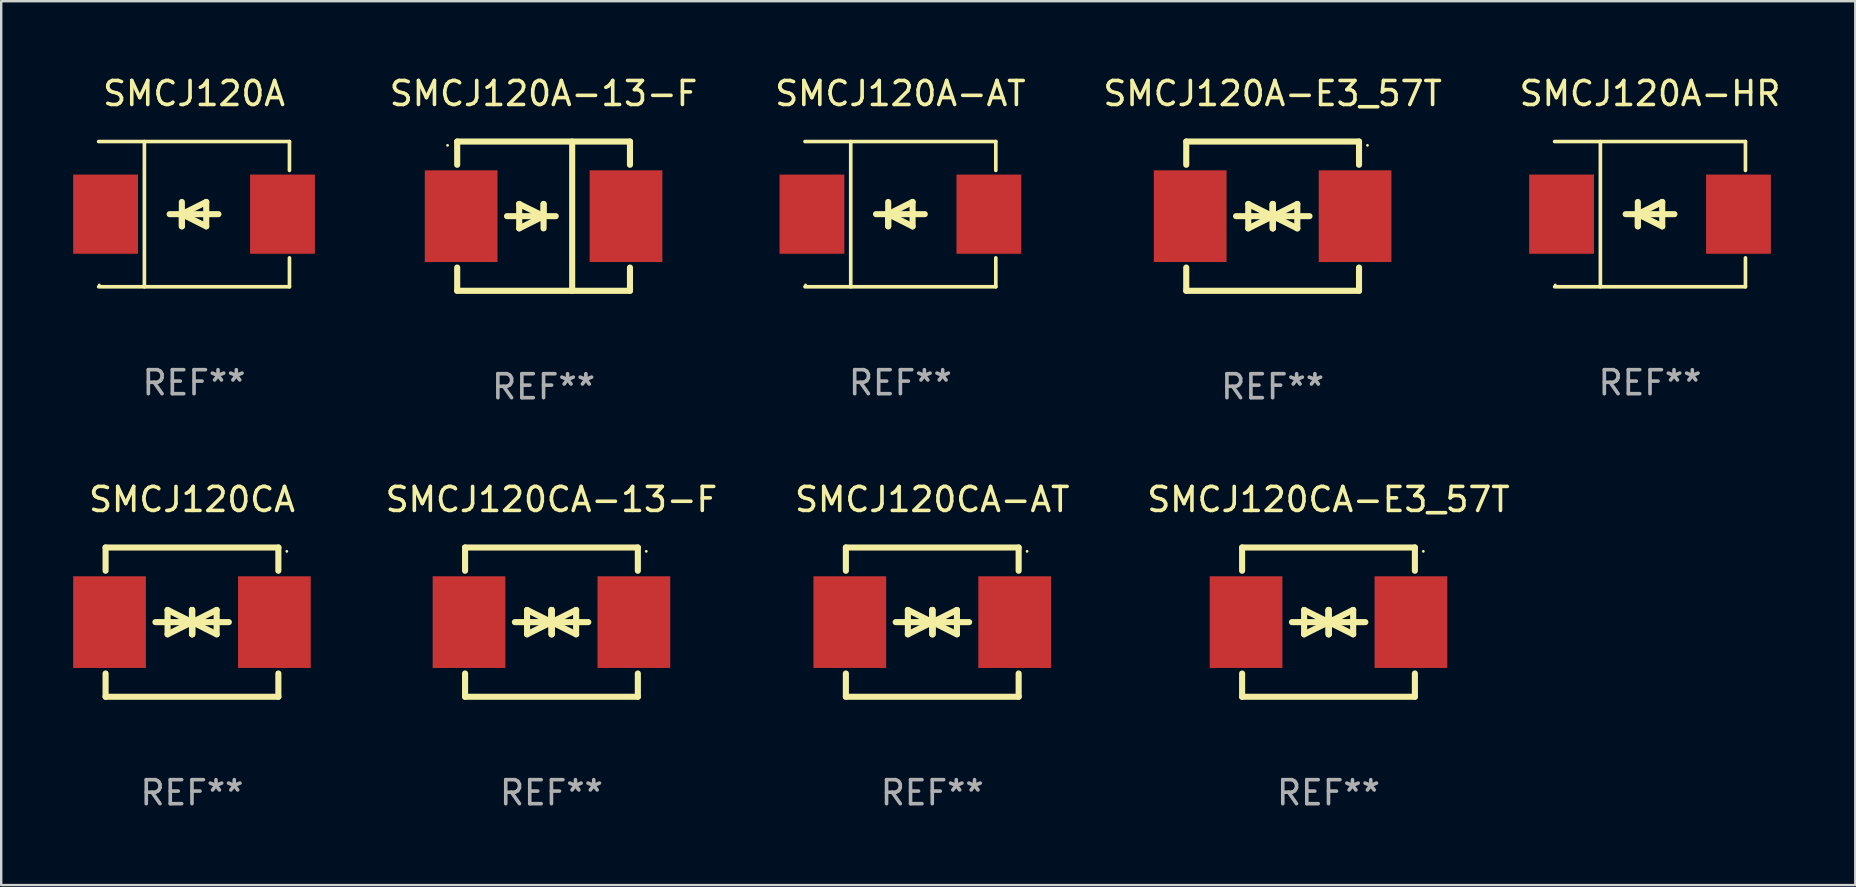
<source format=kicad_pcb>
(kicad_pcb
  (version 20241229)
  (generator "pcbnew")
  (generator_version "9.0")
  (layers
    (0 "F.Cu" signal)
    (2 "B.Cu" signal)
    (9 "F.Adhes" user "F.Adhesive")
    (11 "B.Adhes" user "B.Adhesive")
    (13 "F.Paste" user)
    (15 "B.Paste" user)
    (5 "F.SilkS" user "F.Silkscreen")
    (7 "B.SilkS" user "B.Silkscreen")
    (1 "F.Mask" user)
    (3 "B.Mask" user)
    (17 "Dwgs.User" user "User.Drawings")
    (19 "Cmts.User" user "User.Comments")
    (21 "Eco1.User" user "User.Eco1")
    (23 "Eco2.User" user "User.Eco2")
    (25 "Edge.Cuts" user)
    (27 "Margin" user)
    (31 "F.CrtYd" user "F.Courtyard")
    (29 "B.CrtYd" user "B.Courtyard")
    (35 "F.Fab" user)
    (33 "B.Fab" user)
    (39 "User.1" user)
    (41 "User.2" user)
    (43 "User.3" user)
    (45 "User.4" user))
  (footprint "SMCJ120A-E3_57T"
    (layer "F.Cu")
    (at 49.983 5.958)
    (property "Reference" "SMCJ120A-E3_57T" (at 0 -5.11 0) (layer "F.SilkS") (effects (font (size 1 1) (thickness 0.15))))
    (attr through_hole)
    (fp_line (start -3.6 -2.141) (end -3.6 -3.11) (stroke (width 0.254) (type solid)) (layer "F.SilkS"))
    (fp_line (start -3.6 3.11) (end -3.6 2.141) (stroke (width 0.254) (type solid)) (layer "F.SilkS"))
    (fp_line (start -1.524 0) (end 0.508 0) (stroke (width 0.254) (type solid)) (layer "F.SilkS"))
    (fp_line (start -1.016 -0.508) (end -1.016 0.508) (stroke (width 0.254) (type solid)) (layer "F.SilkS"))
    (fp_line (start -1.016 0.508) (end 0 0) (stroke (width 0.254) (type solid)) (layer "F.SilkS"))
    (fp_line (start 0 -0.508) (end 0 0.508) (stroke (width 0.254) (type solid)) (layer "F.SilkS"))
    (fp_line (start 0 0) (end -1.016 -0.508) (stroke (width 0.254) (type solid)) (layer "F.SilkS"))
    (fp_line (start 0 0) (end 0 -0.508) (stroke (width 0.254) (type solid)) (layer "F.SilkS"))
    (fp_line (start 0.012 0) (end 0.012 0.508) (stroke (width 0.254) (type solid)) (layer "F.SilkS"))
    (fp_line (start 0.012 0) (end 1.028 0.508) (stroke (width 0.254) (type solid)) (layer "F.SilkS"))
    (fp_line (start 0.012 0.508) (end 0.012 -0.508) (stroke (width 0.254) (type solid)) (layer "F.SilkS"))
    (fp_line (start 1.028 -0.508) (end 0.012 0) (stroke (width 0.254) (type solid)) (layer "F.SilkS"))
    (fp_line (start 1.028 0.508) (end 1.028 -0.508) (stroke (width 0.254) (type solid)) (layer "F.SilkS"))
    (fp_line (start 1.536 0) (end -0.496 0) (stroke (width 0.254) (type solid)) (layer "F.SilkS"))
    (fp_line (start 3.6 -3.11) (end -3.6 -3.11) (stroke (width 0.254) (type solid)) (layer "F.SilkS"))
    (fp_line (start 3.6 -2.141) (end 3.6 -3.11) (stroke (width 0.254) (type solid)) (layer "F.SilkS"))
    (fp_line (start 3.6 3.11) (end -3.6 3.11) (stroke (width 0.254) (type solid)) (layer "F.SilkS"))
    (fp_line (start 3.6 3.11) (end 3.6 2.141) (stroke (width 0.254) (type solid)) (layer "F.SilkS"))
    (fp_circle (center 3.952 -2.95) (end 3.982 -2.95) (stroke (width 0.06) (type solid)) (fill no) (layer "F.SilkS"))
    (fp_text user "REF**" (at 0 7.11 0) (layer "F.Fab") (effects (font (size 1 1) (thickness 0.15))))
    (pad "1" smd rect (at 3.435 0) (size 3.03 3.82) (layers "F.Cu" "F.Mask" "F.Paste"))
    (pad "2" smd rect (at -3.435 0) (size 3.03 3.82) (layers "F.Cu" "F.Mask" "F.Paste")))
  (footprint "SMCJ120CA-13-F"
    (layer "F.Cu")
    (at 19.93 22.875)
    (property "Reference" "SMCJ120CA-13-F" (at 0 -5.11 0) (layer "F.SilkS") (effects (font (size 1 1) (thickness 0.15))))
    (attr through_hole)
    (fp_line (start -3.6 -2.141) (end -3.6 -3.11) (stroke (width 0.254) (type solid)) (layer "F.SilkS"))
    (fp_line (start -3.6 3.11) (end -3.6 2.141) (stroke (width 0.254) (type solid)) (layer "F.SilkS"))
    (fp_line (start -1.524 0) (end 0.508 0) (stroke (width 0.254) (type solid)) (layer "F.SilkS"))
    (fp_line (start -1.016 -0.508) (end -1.016 0.508) (stroke (width 0.254) (type solid)) (layer "F.SilkS"))
    (fp_line (start -1.016 0.508) (end 0 0) (stroke (width 0.254) (type solid)) (layer "F.SilkS"))
    (fp_line (start 0 -0.508) (end 0 0.508) (stroke (width 0.254) (type solid)) (layer "F.SilkS"))
    (fp_line (start 0 0) (end -1.016 -0.508) (stroke (width 0.254) (type solid)) (layer "F.SilkS"))
    (fp_line (start 0 0) (end 0 -0.508) (stroke (width 0.254) (type solid)) (layer "F.SilkS"))
    (fp_line (start 0.012 0) (end 0.012 0.508) (stroke (width 0.254) (type solid)) (layer "F.SilkS"))
    (fp_line (start 0.012 0) (end 1.028 0.508) (stroke (width 0.254) (type solid)) (layer "F.SilkS"))
    (fp_line (start 0.012 0.508) (end 0.012 -0.508) (stroke (width 0.254) (type solid)) (layer "F.SilkS"))
    (fp_line (start 1.028 -0.508) (end 0.012 0) (stroke (width 0.254) (type solid)) (layer "F.SilkS"))
    (fp_line (start 1.028 0.508) (end 1.028 -0.508) (stroke (width 0.254) (type solid)) (layer "F.SilkS"))
    (fp_line (start 1.536 0) (end -0.496 0) (stroke (width 0.254) (type solid)) (layer "F.SilkS"))
    (fp_line (start 3.6 -3.11) (end -3.6 -3.11) (stroke (width 0.254) (type solid)) (layer "F.SilkS"))
    (fp_line (start 3.6 -2.141) (end 3.6 -3.11) (stroke (width 0.254) (type solid)) (layer "F.SilkS"))
    (fp_line (start 3.6 3.11) (end -3.6 3.11) (stroke (width 0.254) (type solid)) (layer "F.SilkS"))
    (fp_line (start 3.6 3.11) (end 3.6 2.141) (stroke (width 0.254) (type solid)) (layer "F.SilkS"))
    (fp_circle (center 3.952 -2.95) (end 3.982 -2.95) (stroke (width 0.06) (type solid)) (fill no) (layer "F.SilkS"))
    (fp_text user "REF**" (at 0 7.11 0) (layer "F.Fab") (effects (font (size 1 1) (thickness 0.15))))
    (pad "1" smd rect (at 3.435 0) (size 3.03 3.82) (layers "F.Cu" "F.Mask" "F.Paste"))
    (pad "2" smd rect (at -3.435 0) (size 3.03 3.82) (layers "F.Cu" "F.Mask" "F.Paste")))
  (footprint "SMCJ120CA-AT"
    (layer "F.Cu")
    (at 35.799 22.875)
    (property "Reference" "SMCJ120CA-AT" (at 0 -5.11 0) (layer "F.SilkS") (effects (font (size 1 1) (thickness 0.15))))
    (attr through_hole)
    (fp_line (start -3.6 -2.141) (end -3.6 -3.11) (stroke (width 0.254) (type solid)) (layer "F.SilkS"))
    (fp_line (start -3.6 3.11) (end -3.6 2.141) (stroke (width 0.254) (type solid)) (layer "F.SilkS"))
    (fp_line (start -1.524 0) (end 0.508 0) (stroke (width 0.254) (type solid)) (layer "F.SilkS"))
    (fp_line (start -1.016 -0.508) (end -1.016 0.508) (stroke (width 0.254) (type solid)) (layer "F.SilkS"))
    (fp_line (start -1.016 0.508) (end 0 0) (stroke (width 0.254) (type solid)) (layer "F.SilkS"))
    (fp_line (start 0 -0.508) (end 0 0.508) (stroke (width 0.254) (type solid)) (layer "F.SilkS"))
    (fp_line (start 0 0) (end -1.016 -0.508) (stroke (width 0.254) (type solid)) (layer "F.SilkS"))
    (fp_line (start 0 0) (end 0 -0.508) (stroke (width 0.254) (type solid)) (layer "F.SilkS"))
    (fp_line (start 0.012 0) (end 0.012 0.508) (stroke (width 0.254) (type solid)) (layer "F.SilkS"))
    (fp_line (start 0.012 0) (end 1.028 0.508) (stroke (width 0.254) (type solid)) (layer "F.SilkS"))
    (fp_line (start 0.012 0.508) (end 0.012 -0.508) (stroke (width 0.254) (type solid)) (layer "F.SilkS"))
    (fp_line (start 1.028 -0.508) (end 0.012 0) (stroke (width 0.254) (type solid)) (layer "F.SilkS"))
    (fp_line (start 1.028 0.508) (end 1.028 -0.508) (stroke (width 0.254) (type solid)) (layer "F.SilkS"))
    (fp_line (start 1.536 0) (end -0.496 0) (stroke (width 0.254) (type solid)) (layer "F.SilkS"))
    (fp_line (start 3.6 -3.11) (end -3.6 -3.11) (stroke (width 0.254) (type solid)) (layer "F.SilkS"))
    (fp_line (start 3.6 -2.141) (end 3.6 -3.11) (stroke (width 0.254) (type solid)) (layer "F.SilkS"))
    (fp_line (start 3.6 3.11) (end -3.6 3.11) (stroke (width 0.254) (type solid)) (layer "F.SilkS"))
    (fp_line (start 3.6 3.11) (end 3.6 2.141) (stroke (width 0.254) (type solid)) (layer "F.SilkS"))
    (fp_circle (center 3.952 -2.95) (end 3.982 -2.95) (stroke (width 0.06) (type solid)) (fill no) (layer "F.SilkS"))
    (fp_text user "REF**" (at 0 7.11 0) (layer "F.Fab") (effects (font (size 1 1) (thickness 0.15))))
    (pad "1" smd rect (at 3.435 0) (size 3.03 3.82) (layers "F.Cu" "F.Mask" "F.Paste"))
    (pad "2" smd rect (at -3.435 0) (size 3.03 3.82) (layers "F.Cu" "F.Mask" "F.Paste")))
  (footprint "SMCJ120A-13-F"
    (layer "F.Cu")
    (at 19.602 5.958)
    (property "Reference" "SMCJ120A-13-F" (at 0 -5.11 0) (layer "F.SilkS") (effects (font (size 1 1) (thickness 0.15))))
    (attr through_hole)
    (fp_line (start -3.6 -2.141) (end -3.6 -3.11) (stroke (width 0.254) (type solid)) (layer "F.SilkS"))
    (fp_line (start -3.6 3.11) (end -3.6 2.141) (stroke (width 0.254) (type solid)) (layer "F.SilkS"))
    (fp_line (start -1.524 0) (end 0.508 0) (stroke (width 0.254) (type solid)) (layer "F.SilkS"))
    (fp_line (start -1.016 -0.508) (end -1.016 0.508) (stroke (width 0.254) (type solid)) (layer "F.SilkS"))
    (fp_line (start -1.016 0.508) (end 0 0) (stroke (width 0.254) (type solid)) (layer "F.SilkS"))
    (fp_line (start 0 -0.508) (end 0 0.508) (stroke (width 0.254) (type solid)) (layer "F.SilkS"))
    (fp_line (start 0 0) (end -1.016 -0.508) (stroke (width 0.254) (type solid)) (layer "F.SilkS"))
    (fp_line (start 0 0) (end 0 -0.508) (stroke (width 0.254) (type solid)) (layer "F.SilkS"))
    (fp_line (start 1.192 3.11) (end 1.192 -3.11) (stroke (width 0.254) (type solid)) (layer "F.SilkS"))
    (fp_line (start 3.6 -3.11) (end -3.6 -3.11) (stroke (width 0.254) (type solid)) (layer "F.SilkS"))
    (fp_line (start 3.6 -2.141) (end 3.6 -3.11) (stroke (width 0.254) (type solid)) (layer "F.SilkS"))
    (fp_line (start 3.6 3.11) (end -3.6 3.11) (stroke (width 0.254) (type solid)) (layer "F.SilkS"))
    (fp_line (start 3.6 3.11) (end 3.6 2.141) (stroke (width 0.254) (type solid)) (layer "F.SilkS"))
    (fp_circle (center -4 -2.95) (end -3.97 -2.95) (stroke (width 0.06) (type solid)) (fill no) (layer "F.SilkS"))
    (fp_text user "REF**" (at 0 7.11 0) (layer "F.Fab") (effects (font (size 1 1) (thickness 0.15))))
    (pad "1" smd rect (at -3.435 0) (size 3.03 3.82) (layers "F.Cu" "F.Mask" "F.Paste"))
    (pad "2" smd rect (at 3.435 0) (size 3.03 3.82) (layers "F.Cu" "F.Mask" "F.Paste")))
  (footprint "SMCJ120A-AT"
    (layer "F.Cu")
    (at 34.471 5.874)
    (property "Reference" "SMCJ120A-AT" (at 0 -5.026 0) (layer "F.SilkS") (effects (font (size 1 1) (thickness 0.15))))
    (attr through_hole)
    (fp_line (start -3.976 -3.026) (end 3.976 -3.026) (stroke (width 0.152) (type solid)) (layer "F.SilkS"))
    (fp_line (start -3.976 3.026) (end 3.976 3.026) (stroke (width 0.152) (type solid)) (layer "F.SilkS"))
    (fp_line (start -2.069 -3.026) (end -2.069 3.026) (stroke (width 0.152) (type solid)) (layer "F.SilkS"))
    (fp_line (start -0.508 0) (end -0.508 0.508) (stroke (width 0.254) (type solid)) (layer "F.SilkS"))
    (fp_line (start -0.508 0) (end 0.508 0.508) (stroke (width 0.254) (type solid)) (layer "F.SilkS"))
    (fp_line (start -0.508 0.508) (end -0.508 -0.508) (stroke (width 0.254) (type solid)) (layer "F.SilkS"))
    (fp_line (start 0.508 -0.508) (end -0.508 0) (stroke (width 0.254) (type solid)) (layer "F.SilkS"))
    (fp_line (start 0.508 0.508) (end 0.508 -0.508) (stroke (width 0.254) (type solid)) (layer "F.SilkS"))
    (fp_line (start 1.016 0) (end -1.016 0) (stroke (width 0.254) (type solid)) (layer "F.SilkS"))
    (fp_line (start 3.976 -3.026) (end 3.976 -1.823) (stroke (width 0.152) (type solid)) (layer "F.SilkS"))
    (fp_line (start 3.976 3.026) (end 3.976 1.823) (stroke (width 0.152) (type solid)) (layer "F.SilkS"))
    (fp_circle (center -3.95 2.95) (end -3.92 2.95) (stroke (width 0.06) (type solid)) (fill no) (layer "F.SilkS"))
    (fp_text user "REF**" (at 0 7.026 0) (layer "F.Fab") (effects (font (size 1 1) (thickness 0.15))))
    (pad "1" smd rect (at -3.686 0) (size 2.7 3.3) (layers "F.Cu" "F.Mask" "F.Paste"))
    (pad "2" smd rect (at 3.686 0) (size 2.7 3.3) (layers "F.Cu" "F.Mask" "F.Paste")))
  (footprint "SMCJ120CA"
    (layer "F.Cu")
    (at 4.95 22.875)
    (property "Reference" "SMCJ120CA" (at 0 -5.11 0) (layer "F.SilkS") (effects (font (size 1 1) (thickness 0.15))))
    (attr through_hole)
    (fp_line (start -3.6 -2.141) (end -3.6 -3.11) (stroke (width 0.254) (type solid)) (layer "F.SilkS"))
    (fp_line (start -3.6 3.11) (end -3.6 2.141) (stroke (width 0.254) (type solid)) (layer "F.SilkS"))
    (fp_line (start -1.524 0) (end 0.508 0) (stroke (width 0.254) (type solid)) (layer "F.SilkS"))
    (fp_line (start -1.016 -0.508) (end -1.016 0.508) (stroke (width 0.254) (type solid)) (layer "F.SilkS"))
    (fp_line (start -1.016 0.508) (end 0 0) (stroke (width 0.254) (type solid)) (layer "F.SilkS"))
    (fp_line (start 0 -0.508) (end 0 0.508) (stroke (width 0.254) (type solid)) (layer "F.SilkS"))
    (fp_line (start 0 0) (end -1.016 -0.508) (stroke (width 0.254) (type solid)) (layer "F.SilkS"))
    (fp_line (start 0 0) (end 0 -0.508) (stroke (width 0.254) (type solid)) (layer "F.SilkS"))
    (fp_line (start 0.012 0) (end 0.012 0.508) (stroke (width 0.254) (type solid)) (layer "F.SilkS"))
    (fp_line (start 0.012 0) (end 1.028 0.508) (stroke (width 0.254) (type solid)) (layer "F.SilkS"))
    (fp_line (start 0.012 0.508) (end 0.012 -0.508) (stroke (width 0.254) (type solid)) (layer "F.SilkS"))
    (fp_line (start 1.028 -0.508) (end 0.012 0) (stroke (width 0.254) (type solid)) (layer "F.SilkS"))
    (fp_line (start 1.028 0.508) (end 1.028 -0.508) (stroke (width 0.254) (type solid)) (layer "F.SilkS"))
    (fp_line (start 1.536 0) (end -0.496 0) (stroke (width 0.254) (type solid)) (layer "F.SilkS"))
    (fp_line (start 3.6 -3.11) (end -3.6 -3.11) (stroke (width 0.254) (type solid)) (layer "F.SilkS"))
    (fp_line (start 3.6 -2.141) (end 3.6 -3.11) (stroke (width 0.254) (type solid)) (layer "F.SilkS"))
    (fp_line (start 3.6 3.11) (end -3.6 3.11) (stroke (width 0.254) (type solid)) (layer "F.SilkS"))
    (fp_line (start 3.6 3.11) (end 3.6 2.141) (stroke (width 0.254) (type solid)) (layer "F.SilkS"))
    (fp_circle (center 3.952 -2.95) (end 3.982 -2.95) (stroke (width 0.06) (type solid)) (fill no) (layer "F.SilkS"))
    (fp_text user "REF**" (at 0 7.11 0) (layer "F.Fab") (effects (font (size 1 1) (thickness 0.15))))
    (pad "1" smd rect (at 3.435 0) (size 3.03 3.82) (layers "F.Cu" "F.Mask" "F.Paste"))
    (pad "2" smd rect (at -3.435 0) (size 3.03 3.82) (layers "F.Cu" "F.Mask" "F.Paste")))
  (footprint "SMCJ120CA-E3_57T"
    (layer "F.Cu")
    (at 52.311 22.875)
    (property "Reference" "SMCJ120CA-E3_57T" (at 0 -5.11 0) (layer "F.SilkS") (effects (font (size 1 1) (thickness 0.15))))
    (attr through_hole)
    (fp_line (start -3.6 -2.141) (end -3.6 -3.11) (stroke (width 0.254) (type solid)) (layer "F.SilkS"))
    (fp_line (start -3.6 3.11) (end -3.6 2.141) (stroke (width 0.254) (type solid)) (layer "F.SilkS"))
    (fp_line (start -1.524 0) (end 0.508 0) (stroke (width 0.254) (type solid)) (layer "F.SilkS"))
    (fp_line (start -1.016 -0.508) (end -1.016 0.508) (stroke (width 0.254) (type solid)) (layer "F.SilkS"))
    (fp_line (start -1.016 0.508) (end 0 0) (stroke (width 0.254) (type solid)) (layer "F.SilkS"))
    (fp_line (start 0 -0.508) (end 0 0.508) (stroke (width 0.254) (type solid)) (layer "F.SilkS"))
    (fp_line (start 0 0) (end -1.016 -0.508) (stroke (width 0.254) (type solid)) (layer "F.SilkS"))
    (fp_line (start 0 0) (end 0 -0.508) (stroke (width 0.254) (type solid)) (layer "F.SilkS"))
    (fp_line (start 0.012 0) (end 0.012 0.508) (stroke (width 0.254) (type solid)) (layer "F.SilkS"))
    (fp_line (start 0.012 0) (end 1.028 0.508) (stroke (width 0.254) (type solid)) (layer "F.SilkS"))
    (fp_line (start 0.012 0.508) (end 0.012 -0.508) (stroke (width 0.254) (type solid)) (layer "F.SilkS"))
    (fp_line (start 1.028 -0.508) (end 0.012 0) (stroke (width 0.254) (type solid)) (layer "F.SilkS"))
    (fp_line (start 1.028 0.508) (end 1.028 -0.508) (stroke (width 0.254) (type solid)) (layer "F.SilkS"))
    (fp_line (start 1.536 0) (end -0.496 0) (stroke (width 0.254) (type solid)) (layer "F.SilkS"))
    (fp_line (start 3.6 -3.11) (end -3.6 -3.11) (stroke (width 0.254) (type solid)) (layer "F.SilkS"))
    (fp_line (start 3.6 -2.141) (end 3.6 -3.11) (stroke (width 0.254) (type solid)) (layer "F.SilkS"))
    (fp_line (start 3.6 3.11) (end -3.6 3.11) (stroke (width 0.254) (type solid)) (layer "F.SilkS"))
    (fp_line (start 3.6 3.11) (end 3.6 2.141) (stroke (width 0.254) (type solid)) (layer "F.SilkS"))
    (fp_circle (center 3.952 -2.95) (end 3.982 -2.95) (stroke (width 0.06) (type solid)) (fill no) (layer "F.SilkS"))
    (fp_text user "REF**" (at 0 7.11 0) (layer "F.Fab") (effects (font (size 1 1) (thickness 0.15))))
    (pad "1" smd rect (at 3.435 0) (size 3.03 3.82) (layers "F.Cu" "F.Mask" "F.Paste"))
    (pad "2" smd rect (at -3.435 0) (size 3.03 3.82) (layers "F.Cu" "F.Mask" "F.Paste")))
  (footprint "SMCJ120A-HR"
    (layer "F.Cu")
    (at 65.71 5.874)
    (property "Reference" "SMCJ120A-HR" (at 0 -5.026 0) (layer "F.SilkS") (effects (font (size 1 1) (thickness 0.15))))
    (attr through_hole)
    (fp_line (start -3.976 -3.026) (end 3.976 -3.026) (stroke (width 0.152) (type solid)) (layer "F.SilkS"))
    (fp_line (start -3.976 3.026) (end 3.976 3.026) (stroke (width 0.152) (type solid)) (layer "F.SilkS"))
    (fp_line (start -2.069 -3.026) (end -2.069 3.026) (stroke (width 0.152) (type solid)) (layer "F.SilkS"))
    (fp_line (start -0.508 0) (end -0.508 0.508) (stroke (width 0.254) (type solid)) (layer "F.SilkS"))
    (fp_line (start -0.508 0) (end 0.508 0.508) (stroke (width 0.254) (type solid)) (layer "F.SilkS"))
    (fp_line (start -0.508 0.508) (end -0.508 -0.508) (stroke (width 0.254) (type solid)) (layer "F.SilkS"))
    (fp_line (start 0.508 -0.508) (end -0.508 0) (stroke (width 0.254) (type solid)) (layer "F.SilkS"))
    (fp_line (start 0.508 0.508) (end 0.508 -0.508) (stroke (width 0.254) (type solid)) (layer "F.SilkS"))
    (fp_line (start 1.016 0) (end -1.016 0) (stroke (width 0.254) (type solid)) (layer "F.SilkS"))
    (fp_line (start 3.976 -3.026) (end 3.976 -1.823) (stroke (width 0.152) (type solid)) (layer "F.SilkS"))
    (fp_line (start 3.976 3.026) (end 3.976 1.823) (stroke (width 0.152) (type solid)) (layer "F.SilkS"))
    (fp_circle (center -3.95 2.95) (end -3.92 2.95) (stroke (width 0.06) (type solid)) (fill no) (layer "F.SilkS"))
    (fp_text user "REF**" (at 0 7.026 0) (layer "F.Fab") (effects (font (size 1 1) (thickness 0.15))))
    (pad "1" smd rect (at -3.686 0) (size 2.7 3.3) (layers "F.Cu" "F.Mask" "F.Paste"))
    (pad "2" smd rect (at 3.686 0) (size 2.7 3.3) (layers "F.Cu" "F.Mask" "F.Paste")))
  (footprint "SMCJ120A"
    (layer "F.Cu")
    (at 5.036 5.874)
    (property "Reference" "SMCJ120A" (at 0 -5.026 0) (layer "F.SilkS") (effects (font (size 1 1) (thickness 0.15))))
    (attr through_hole)
    (fp_line (start -3.976 -3.026) (end 3.976 -3.026) (stroke (width 0.152) (type solid)) (layer "F.SilkS"))
    (fp_line (start -3.976 3.026) (end 3.976 3.026) (stroke (width 0.152) (type solid)) (layer "F.SilkS"))
    (fp_line (start -2.069 -3.026) (end -2.069 3.026) (stroke (width 0.152) (type solid)) (layer "F.SilkS"))
    (fp_line (start -0.508 0) (end -0.508 0.508) (stroke (width 0.254) (type solid)) (layer "F.SilkS"))
    (fp_line (start -0.508 0) (end 0.508 0.508) (stroke (width 0.254) (type solid)) (layer "F.SilkS"))
    (fp_line (start -0.508 0.508) (end -0.508 -0.508) (stroke (width 0.254) (type solid)) (layer "F.SilkS"))
    (fp_line (start 0.508 -0.508) (end -0.508 0) (stroke (width 0.254) (type solid)) (layer "F.SilkS"))
    (fp_line (start 0.508 0.508) (end 0.508 -0.508) (stroke (width 0.254) (type solid)) (layer "F.SilkS"))
    (fp_line (start 1.016 0) (end -1.016 0) (stroke (width 0.254) (type solid)) (layer "F.SilkS"))
    (fp_line (start 3.976 -3.026) (end 3.976 -1.823) (stroke (width 0.152) (type solid)) (layer "F.SilkS"))
    (fp_line (start 3.976 3.026) (end 3.976 1.823) (stroke (width 0.152) (type solid)) (layer "F.SilkS"))
    (fp_circle (center -3.95 2.95) (end -3.92 2.95) (stroke (width 0.06) (type solid)) (fill no) (layer "F.SilkS"))
    (fp_text user "REF**" (at 0 7.026 0) (layer "F.Fab") (effects (font (size 1 1) (thickness 0.15))))
    (pad "1" smd rect (at -3.686 0) (size 2.7 3.3) (layers "F.Cu" "F.Mask" "F.Paste"))
    (pad "2" smd rect (at 3.686 0) (size 2.7 3.3) (layers "F.Cu" "F.Mask" "F.Paste")))
  (gr_rect
    (start -3 -3)
    (end 74.263 33.833)
    (stroke (width 0.1) (type default))
    (fill no)
    (layer "Edge.Cuts")))
</source>
